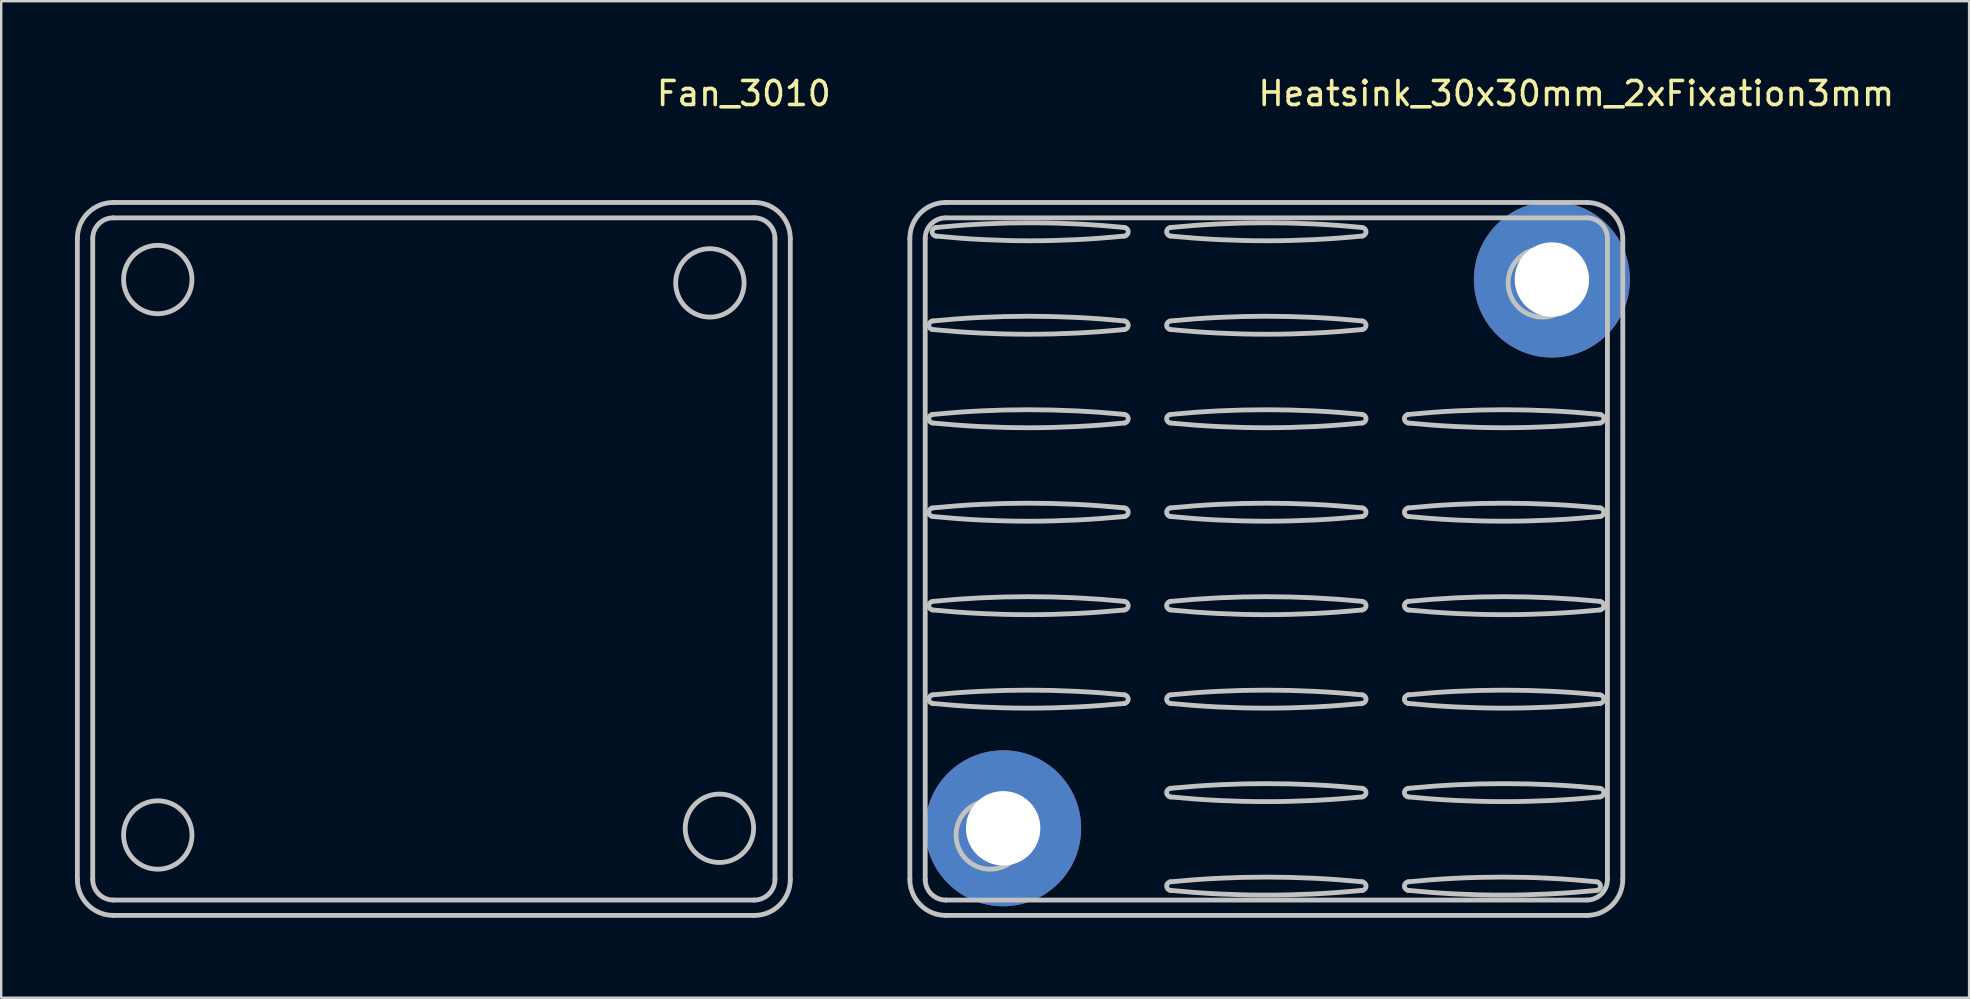
<source format=kicad_pcb>
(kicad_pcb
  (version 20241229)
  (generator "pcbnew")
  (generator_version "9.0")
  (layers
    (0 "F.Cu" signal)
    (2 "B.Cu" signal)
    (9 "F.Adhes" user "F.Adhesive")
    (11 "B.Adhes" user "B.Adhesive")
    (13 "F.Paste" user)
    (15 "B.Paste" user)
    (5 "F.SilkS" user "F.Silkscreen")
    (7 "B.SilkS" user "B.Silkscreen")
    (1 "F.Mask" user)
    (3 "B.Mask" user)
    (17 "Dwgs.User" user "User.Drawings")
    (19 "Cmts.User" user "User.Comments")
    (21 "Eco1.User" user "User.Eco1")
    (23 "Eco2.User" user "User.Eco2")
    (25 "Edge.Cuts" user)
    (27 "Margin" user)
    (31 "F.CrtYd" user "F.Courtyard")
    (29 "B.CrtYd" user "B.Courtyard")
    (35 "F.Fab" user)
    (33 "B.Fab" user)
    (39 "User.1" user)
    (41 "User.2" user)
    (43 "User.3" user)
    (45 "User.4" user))
  (footprint "Heatsink_30x30mm_2xFixation3mm"
    (layer "F.Cu")
    (at 34.93 35.265)
    (property "Reference" "Heatsink_30x30mm_2xFixation3mm" (at 27.686 -34.417 0) (layer "F.SilkS") (effects (font (size 1 1) (thickness 0.15))))
    (attr through_hole)
    (fp_line (start -0.077 -28.38) (end -0.077 -1.68) (stroke (width 0.2) (type solid)) (layer "Dwgs.User"))
    (fp_line (start 0.563 -28.38) (end 0.563 -1.68) (stroke (width 0.2) (type solid)) (layer "Dwgs.User"))
    (fp_line (start 1.423 -0.82) (end 28.123 -0.82) (stroke (width 0.2) (type solid)) (layer "Dwgs.User"))
    (fp_line (start 1.423 -0.18) (end 28.123 -0.18) (stroke (width 0.2) (type solid)) (layer "Dwgs.User"))
    (fp_line (start 28.123 -29.88) (end 1.423 -29.88) (stroke (width 0.2) (type solid)) (layer "Dwgs.User"))
    (fp_line (start 28.123 -29.24) (end 1.423 -29.24) (stroke (width 0.2) (type solid)) (layer "Dwgs.User"))
    (fp_line (start 28.983 -1.68) (end 28.983 -28.38) (stroke (width 0.2) (type solid)) (layer "Dwgs.User"))
    (fp_line (start 29.623 -1.68) (end 29.623 -28.38) (stroke (width 0.2) (type solid)) (layer "Dwgs.User"))
    (fp_arc (start -0.077023 -28.380326) (mid 0.362317 -29.440986) (end 1.422977 -29.880326) (stroke (width 0.2) (type solid)) (layer "Dwgs.User"))
    (fp_arc (start 0.562977 -28.380326) (mid 0.814865 -28.988438) (end 1.422977 -29.240326) (stroke (width 0.2) (type solid)) (layer "Dwgs.User"))
    (fp_arc (start 0.87635 -24.944461) (mid 4.866977 -25.140326) (end 8.857604 -24.944461) (stroke (width 0.2) (type solid)) (layer "Dwgs.User"))
    (fp_arc (start 0.87635 -24.586191) (mid 0.713977 -24.765326) (end 0.87635 -24.944461) (stroke (width 0.2) (type solid)) (layer "Dwgs.User"))
    (fp_arc (start 0.87635 -21.050461) (mid 4.866977 -21.246326) (end 8.857604 -21.050461) (stroke (width 0.2) (type solid)) (layer "Dwgs.User"))
    (fp_arc (start 0.87635 -20.692191) (mid 0.713977 -20.871326) (end 0.87635 -21.050461) (stroke (width 0.2) (type solid)) (layer "Dwgs.User"))
    (fp_arc (start 0.87635 -17.156461) (mid 4.866977 -17.352326) (end 8.857604 -17.156461) (stroke (width 0.2) (type solid)) (layer "Dwgs.User"))
    (fp_arc (start 0.87635 -16.798191) (mid 0.713977 -16.977326) (end 0.87635 -17.156461) (stroke (width 0.2) (type solid)) (layer "Dwgs.User"))
    (fp_arc (start 0.87635 -13.262461) (mid 4.866977 -13.458326) (end 8.857604 -13.262461) (stroke (width 0.2) (type solid)) (layer "Dwgs.User"))
    (fp_arc (start 0.87635 -12.904191) (mid 0.713977 -13.083326) (end 0.87635 -13.262461) (stroke (width 0.2) (type solid)) (layer "Dwgs.User"))
    (fp_arc (start 0.87635 -9.368461) (mid 4.866977 -9.564326) (end 8.857604 -9.368461) (stroke (width 0.2) (type solid)) (layer "Dwgs.User"))
    (fp_arc (start 0.87635 -9.010191) (mid 0.713977 -9.189326) (end 0.87635 -9.368461) (stroke (width 0.2) (type solid)) (layer "Dwgs.User"))
    (fp_arc (start 1.014762 -28.838461) (mid 4.936183 -29.034387) (end 8.857604 -28.838461) (stroke (width 0.2) (type solid)) (layer "Dwgs.User"))
    (fp_arc (start 1.014762 -28.480191) (mid 0.852389 -28.659326) (end 1.014762 -28.838461) (stroke (width 0.2) (type solid)) (layer "Dwgs.User"))
    (fp_arc (start 1.422977 -0.820326) (mid 0.814865 -1.072214) (end 0.562977 -1.680326) (stroke (width 0.2) (type solid)) (layer "Dwgs.User"))
    (fp_arc (start 1.422977 -0.180326) (mid 0.362317 -0.619666) (end -0.077023 -1.680326) (stroke (width 0.2) (type solid)) (layer "Dwgs.User"))
    (fp_arc (start 8.857604 -28.838461) (mid 9.019977 -28.659326) (end 8.857604 -28.480191) (stroke (width 0.2) (type solid)) (layer "Dwgs.User"))
    (fp_arc (start 8.857604 -28.480191) (mid 4.936183 -28.284265) (end 1.014762 -28.480191) (stroke (width 0.2) (type solid)) (layer "Dwgs.User"))
    (fp_arc (start 8.857604 -24.944461) (mid 9.019977 -24.765326) (end 8.857604 -24.586191) (stroke (width 0.2) (type solid)) (layer "Dwgs.User"))
    (fp_arc (start 8.857604 -24.586191) (mid 4.866977 -24.390326) (end 0.87635 -24.586191) (stroke (width 0.2) (type solid)) (layer "Dwgs.User"))
    (fp_arc (start 8.857604 -21.050461) (mid 9.019977 -20.871326) (end 8.857604 -20.692191) (stroke (width 0.2) (type solid)) (layer "Dwgs.User"))
    (fp_arc (start 8.857604 -20.692191) (mid 4.866977 -20.496326) (end 0.87635 -20.692191) (stroke (width 0.2) (type solid)) (layer "Dwgs.User"))
    (fp_arc (start 8.857604 -17.156461) (mid 9.019977 -16.977326) (end 8.857604 -16.798191) (stroke (width 0.2) (type solid)) (layer "Dwgs.User"))
    (fp_arc (start 8.857604 -16.798191) (mid 4.866977 -16.602326) (end 0.87635 -16.798191) (stroke (width 0.2) (type solid)) (layer "Dwgs.User"))
    (fp_arc (start 8.857604 -13.262461) (mid 9.019977 -13.083326) (end 8.857604 -12.904191) (stroke (width 0.2) (type solid)) (layer "Dwgs.User"))
    (fp_arc (start 8.857604 -12.904191) (mid 4.866977 -12.708326) (end 0.87635 -12.904191) (stroke (width 0.2) (type solid)) (layer "Dwgs.User"))
    (fp_arc (start 8.857604 -9.368461) (mid 9.019977 -9.189326) (end 8.857604 -9.010191) (stroke (width 0.2) (type solid)) (layer "Dwgs.User"))
    (fp_arc (start 8.857604 -9.010191) (mid 4.866977 -8.814326) (end 0.87635 -9.010191) (stroke (width 0.2) (type solid)) (layer "Dwgs.User"))
    (fp_arc (start 10.78235 -28.838461) (mid 14.772977 -29.034326) (end 18.763604 -28.838461) (stroke (width 0.2) (type solid)) (layer "Dwgs.User"))
    (fp_arc (start 10.78235 -28.480191) (mid 10.619977 -28.659326) (end 10.78235 -28.838461) (stroke (width 0.2) (type solid)) (layer "Dwgs.User"))
    (fp_arc (start 10.78235 -24.944461) (mid 14.772977 -25.140326) (end 18.763604 -24.944461) (stroke (width 0.2) (type solid)) (layer "Dwgs.User"))
    (fp_arc (start 10.78235 -24.586191) (mid 10.619977 -24.765326) (end 10.78235 -24.944461) (stroke (width 0.2) (type solid)) (layer "Dwgs.User"))
    (fp_arc (start 10.78235 -21.050461) (mid 14.772977 -21.246326) (end 18.763604 -21.050461) (stroke (width 0.2) (type solid)) (layer "Dwgs.User"))
    (fp_arc (start 10.78235 -20.692191) (mid 10.619977 -20.871326) (end 10.78235 -21.050461) (stroke (width 0.2) (type solid)) (layer "Dwgs.User"))
    (fp_arc (start 10.78235 -17.156461) (mid 14.772977 -17.352326) (end 18.763604 -17.156461) (stroke (width 0.2) (type solid)) (layer "Dwgs.User"))
    (fp_arc (start 10.78235 -16.798191) (mid 10.619977 -16.977326) (end 10.78235 -17.156461) (stroke (width 0.2) (type solid)) (layer "Dwgs.User"))
    (fp_arc (start 10.78235 -13.262461) (mid 14.772977 -13.458326) (end 18.763604 -13.262461) (stroke (width 0.2) (type solid)) (layer "Dwgs.User"))
    (fp_arc (start 10.78235 -12.904191) (mid 10.619977 -13.083326) (end 10.78235 -13.262461) (stroke (width 0.2) (type solid)) (layer "Dwgs.User"))
    (fp_arc (start 10.78235 -9.368461) (mid 14.772977 -9.564326) (end 18.763604 -9.368461) (stroke (width 0.2) (type solid)) (layer "Dwgs.User"))
    (fp_arc (start 10.78235 -9.010191) (mid 10.619977 -9.189326) (end 10.78235 -9.368461) (stroke (width 0.2) (type solid)) (layer "Dwgs.User"))
    (fp_arc (start 10.78235 -5.474461) (mid 14.772977 -5.670326) (end 18.763604 -5.474461) (stroke (width 0.2) (type solid)) (layer "Dwgs.User"))
    (fp_arc (start 10.78235 -5.116191) (mid 10.619977 -5.295326) (end 10.78235 -5.474461) (stroke (width 0.2) (type solid)) (layer "Dwgs.User"))
    (fp_arc (start 10.78235 -1.580461) (mid 14.772977 -1.776326) (end 18.763604 -1.580461) (stroke (width 0.2) (type solid)) (layer "Dwgs.User"))
    (fp_arc (start 10.78235 -1.222191) (mid 10.619977 -1.401326) (end 10.78235 -1.580461) (stroke (width 0.2) (type solid)) (layer "Dwgs.User"))
    (fp_arc (start 18.763604 -28.838461) (mid 18.925977 -28.659326) (end 18.763604 -28.480191) (stroke (width 0.2) (type solid)) (layer "Dwgs.User"))
    (fp_arc (start 18.763604 -28.480191) (mid 14.772977 -28.284326) (end 10.78235 -28.480191) (stroke (width 0.2) (type solid)) (layer "Dwgs.User"))
    (fp_arc (start 18.763604 -24.944461) (mid 18.925977 -24.765326) (end 18.763604 -24.586191) (stroke (width 0.2) (type solid)) (layer "Dwgs.User"))
    (fp_arc (start 18.763604 -24.586191) (mid 14.772977 -24.390326) (end 10.78235 -24.586191) (stroke (width 0.2) (type solid)) (layer "Dwgs.User"))
    (fp_arc (start 18.763604 -21.050461) (mid 18.925977 -20.871326) (end 18.763604 -20.692191) (stroke (width 0.2) (type solid)) (layer "Dwgs.User"))
    (fp_arc (start 18.763604 -20.692191) (mid 14.772977 -20.496326) (end 10.78235 -20.692191) (stroke (width 0.2) (type solid)) (layer "Dwgs.User"))
    (fp_arc (start 18.763604 -17.156461) (mid 18.925977 -16.977326) (end 18.763604 -16.798191) (stroke (width 0.2) (type solid)) (layer "Dwgs.User"))
    (fp_arc (start 18.763604 -16.798191) (mid 14.772977 -16.602326) (end 10.78235 -16.798191) (stroke (width 0.2) (type solid)) (layer "Dwgs.User"))
    (fp_arc (start 18.763604 -13.262461) (mid 18.925977 -13.083326) (end 18.763604 -12.904191) (stroke (width 0.2) (type solid)) (layer "Dwgs.User"))
    (fp_arc (start 18.763604 -12.904191) (mid 14.772977 -12.708326) (end 10.78235 -12.904191) (stroke (width 0.2) (type solid)) (layer "Dwgs.User"))
    (fp_arc (start 18.763604 -9.368461) (mid 18.925977 -9.189326) (end 18.763604 -9.010191) (stroke (width 0.2) (type solid)) (layer "Dwgs.User"))
    (fp_arc (start 18.763604 -9.010191) (mid 14.772977 -8.814326) (end 10.78235 -9.010191) (stroke (width 0.2) (type solid)) (layer "Dwgs.User"))
    (fp_arc (start 18.763604 -5.474461) (mid 18.925977 -5.295326) (end 18.763604 -5.116191) (stroke (width 0.2) (type solid)) (layer "Dwgs.User"))
    (fp_arc (start 18.763604 -5.116191) (mid 14.772977 -4.920326) (end 10.78235 -5.116191) (stroke (width 0.2) (type solid)) (layer "Dwgs.User"))
    (fp_arc (start 18.763604 -1.580461) (mid 18.925977 -1.401326) (end 18.763604 -1.222191) (stroke (width 0.2) (type solid)) (layer "Dwgs.User"))
    (fp_arc (start 18.763604 -1.222191) (mid 14.772977 -1.026326) (end 10.78235 -1.222191) (stroke (width 0.2) (type solid)) (layer "Dwgs.User"))
    (fp_arc (start 20.68835 -21.050461) (mid 24.678977 -21.246326) (end 28.669604 -21.050461) (stroke (width 0.2) (type solid)) (layer "Dwgs.User"))
    (fp_arc (start 20.68835 -20.692191) (mid 20.525977 -20.871326) (end 20.68835 -21.050461) (stroke (width 0.2) (type solid)) (layer "Dwgs.User"))
    (fp_arc (start 20.68835 -17.156461) (mid 24.678977 -17.352326) (end 28.669604 -17.156461) (stroke (width 0.2) (type solid)) (layer "Dwgs.User"))
    (fp_arc (start 20.68835 -16.798191) (mid 20.525977 -16.977326) (end 20.68835 -17.156461) (stroke (width 0.2) (type solid)) (layer "Dwgs.User"))
    (fp_arc (start 20.68835 -13.262461) (mid 24.678977 -13.458326) (end 28.669604 -13.262461) (stroke (width 0.2) (type solid)) (layer "Dwgs.User"))
    (fp_arc (start 20.68835 -12.904191) (mid 20.525977 -13.083326) (end 20.68835 -13.262461) (stroke (width 0.2) (type solid)) (layer "Dwgs.User"))
    (fp_arc (start 20.68835 -9.368461) (mid 24.678977 -9.564326) (end 28.669604 -9.368461) (stroke (width 0.2) (type solid)) (layer "Dwgs.User"))
    (fp_arc (start 20.68835 -9.010191) (mid 20.525977 -9.189326) (end 20.68835 -9.368461) (stroke (width 0.2) (type solid)) (layer "Dwgs.User"))
    (fp_arc (start 20.68835 -5.474461) (mid 24.678977 -5.670326) (end 28.669604 -5.474461) (stroke (width 0.2) (type solid)) (layer "Dwgs.User"))
    (fp_arc (start 20.68835 -5.116191) (mid 20.525977 -5.295326) (end 20.68835 -5.474461) (stroke (width 0.2) (type solid)) (layer "Dwgs.User"))
    (fp_arc (start 20.68835 -1.580461) (mid 24.609771 -1.776387) (end 28.531192 -1.580461) (stroke (width 0.2) (type solid)) (layer "Dwgs.User"))
    (fp_arc (start 20.68835 -1.222191) (mid 20.525977 -1.401326) (end 20.68835 -1.580461) (stroke (width 0.2) (type solid)) (layer "Dwgs.User"))
    (fp_arc (start 28.122977 -29.880326) (mid 29.183637 -29.440986) (end 29.622977 -28.380326) (stroke (width 0.2) (type solid)) (layer "Dwgs.User"))
    (fp_arc (start 28.122977 -29.240326) (mid 28.731089 -28.988438) (end 28.982977 -28.380326) (stroke (width 0.2) (type solid)) (layer "Dwgs.User"))
    (fp_arc (start 28.531192 -1.580461) (mid 28.693565 -1.401326) (end 28.531192 -1.222191) (stroke (width 0.2) (type solid)) (layer "Dwgs.User"))
    (fp_arc (start 28.531192 -1.222191) (mid 24.609771 -1.026265) (end 20.68835 -1.222191) (stroke (width 0.2) (type solid)) (layer "Dwgs.User"))
    (fp_arc (start 28.669604 -21.050461) (mid 28.831977 -20.871326) (end 28.669604 -20.692191) (stroke (width 0.2) (type solid)) (layer "Dwgs.User"))
    (fp_arc (start 28.669604 -20.692191) (mid 24.678977 -20.496326) (end 20.68835 -20.692191) (stroke (width 0.2) (type solid)) (layer "Dwgs.User"))
    (fp_arc (start 28.669604 -17.156461) (mid 28.831977 -16.977326) (end 28.669604 -16.798191) (stroke (width 0.2) (type solid)) (layer "Dwgs.User"))
    (fp_arc (start 28.669604 -16.798191) (mid 24.678977 -16.602326) (end 20.68835 -16.798191) (stroke (width 0.2) (type solid)) (layer "Dwgs.User"))
    (fp_arc (start 28.669604 -13.262461) (mid 28.831977 -13.083326) (end 28.669604 -12.904191) (stroke (width 0.2) (type solid)) (layer "Dwgs.User"))
    (fp_arc (start 28.669604 -12.904191) (mid 24.678977 -12.708326) (end 20.68835 -12.904191) (stroke (width 0.2) (type solid)) (layer "Dwgs.User"))
    (fp_arc (start 28.669604 -9.368461) (mid 28.831977 -9.189326) (end 28.669604 -9.010191) (stroke (width 0.2) (type solid)) (layer "Dwgs.User"))
    (fp_arc (start 28.669604 -9.010191) (mid 24.678977 -8.814326) (end 20.68835 -9.010191) (stroke (width 0.2) (type solid)) (layer "Dwgs.User"))
    (fp_arc (start 28.669604 -5.474461) (mid 28.831977 -5.295326) (end 28.669604 -5.116191) (stroke (width 0.2) (type solid)) (layer "Dwgs.User"))
    (fp_arc (start 28.669604 -5.116191) (mid 24.678977 -4.920326) (end 20.68835 -5.116191) (stroke (width 0.2) (type solid)) (layer "Dwgs.User"))
    (fp_arc (start 28.982977 -1.680326) (mid 28.731089 -1.072214) (end 28.122977 -0.820326) (stroke (width 0.2) (type solid)) (layer "Dwgs.User"))
    (fp_arc (start 29.622977 -1.680326) (mid 29.183637 -0.619666) (end 28.122977 -0.180326) (stroke (width 0.2) (type solid)) (layer "Dwgs.User"))
    (fp_circle (center 3.273 -3.53) (end 4.698 -3.53) (stroke (width 0.2) (type solid)) (fill no) (layer "Dwgs.User"))
    (fp_circle (center 26.273 -26.53) (end 27.698 -26.53) (stroke (width 0.2) (type solid)) (fill no) (layer "Dwgs.User"))
    (pad "1" thru_hole circle (at 3.81 -3.81) (size 6.497 6.497) (drill 3.099) (layers "*.Cu" "*.Mask"))
    (pad "1" thru_hole circle (at 26.67 -26.67) (size 6.497 6.497) (drill 3.099) (layers "*.Cu" "*.Mask")))
  (footprint "Fan_3010"
    (layer "F.Cu")
    (at 0.25 35.265)
    (property "Reference" "Fan_3010" (at 27.686 -34.417 0) (layer "F.SilkS") (effects (font (size 1 1) (thickness 0.15))))
    (attr through_hole)
    (fp_line (start -0.077 -28.38) (end -0.077 -1.68) (stroke (width 0.2) (type solid)) (layer "Dwgs.User"))
    (fp_line (start 0.563 -28.38) (end 0.563 -1.68) (stroke (width 0.2) (type solid)) (layer "Dwgs.User"))
    (fp_line (start 1.423 -0.82) (end 28.123 -0.82) (stroke (width 0.2) (type solid)) (layer "Dwgs.User"))
    (fp_line (start 1.423 -0.18) (end 28.123 -0.18) (stroke (width 0.2) (type solid)) (layer "Dwgs.User"))
    (fp_line (start 28.123 -29.88) (end 1.423 -29.88) (stroke (width 0.2) (type solid)) (layer "Dwgs.User"))
    (fp_line (start 28.123 -29.24) (end 1.423 -29.24) (stroke (width 0.2) (type solid)) (layer "Dwgs.User"))
    (fp_line (start 28.983 -1.68) (end 28.983 -28.38) (stroke (width 0.2) (type solid)) (layer "Dwgs.User"))
    (fp_line (start 29.623 -1.68) (end 29.623 -28.38) (stroke (width 0.2) (type solid)) (layer "Dwgs.User"))
    (fp_arc (start -0.077023 -28.380326) (mid 0.362317 -29.440986) (end 1.422977 -29.880326) (stroke (width 0.2) (type solid)) (layer "Dwgs.User"))
    (fp_arc (start 0.562977 -28.380326) (mid 0.814865 -28.988438) (end 1.422977 -29.240326) (stroke (width 0.2) (type solid)) (layer "Dwgs.User"))
    (fp_arc (start 1.422977 -0.820326) (mid 0.814865 -1.072214) (end 0.562977 -1.680326) (stroke (width 0.2) (type solid)) (layer "Dwgs.User"))
    (fp_arc (start 1.422977 -0.180326) (mid 0.362317 -0.619666) (end -0.077023 -1.680326) (stroke (width 0.2) (type solid)) (layer "Dwgs.User"))
    (fp_arc (start 28.122977 -29.880326) (mid 29.183637 -29.440986) (end 29.622977 -28.380326) (stroke (width 0.2) (type solid)) (layer "Dwgs.User"))
    (fp_arc (start 28.122977 -29.240326) (mid 28.731089 -28.988438) (end 28.982977 -28.380326) (stroke (width 0.2) (type solid)) (layer "Dwgs.User"))
    (fp_arc (start 28.982977 -1.680326) (mid 28.731089 -1.072214) (end 28.122977 -0.820326) (stroke (width 0.2) (type solid)) (layer "Dwgs.User"))
    (fp_arc (start 29.622977 -1.680326) (mid 29.183637 -0.619666) (end 28.122977 -0.180326) (stroke (width 0.2) (type solid)) (layer "Dwgs.User"))
    (fp_circle (center 3.273 -26.67) (end 4.698 -26.67) (stroke (width 0.2) (type solid)) (fill no) (layer "Dwgs.User"))
    (fp_circle (center 3.273 -3.53) (end 4.698 -3.53) (stroke (width 0.2) (type solid)) (fill no) (layer "Dwgs.User"))
    (fp_circle (center 26.273 -26.53) (end 27.698 -26.53) (stroke (width 0.2) (type solid)) (fill no) (layer "Dwgs.User"))
    (fp_circle (center 26.67 -3.81) (end 28.095 -3.81) (stroke (width 0.2) (type solid)) (fill no) (layer "Dwgs.User")))
  (gr_rect
    (start -3 -3)
    (end 78.979 38.515)
    (stroke (width 0.1) (type default))
    (fill no)
    (layer "Edge.Cuts")))
</source>
